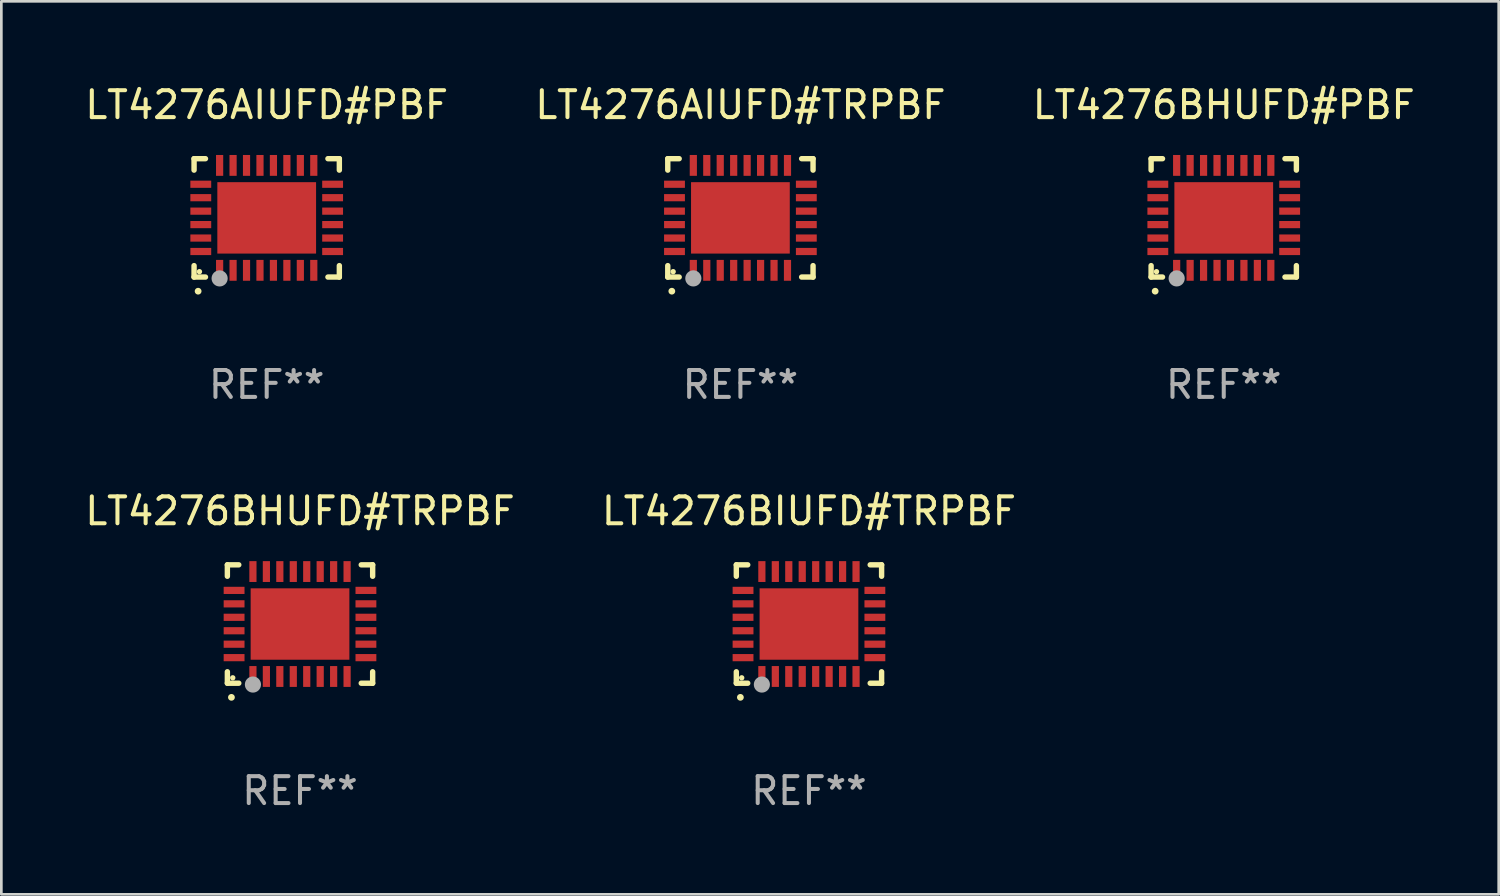
<source format=kicad_pcb>
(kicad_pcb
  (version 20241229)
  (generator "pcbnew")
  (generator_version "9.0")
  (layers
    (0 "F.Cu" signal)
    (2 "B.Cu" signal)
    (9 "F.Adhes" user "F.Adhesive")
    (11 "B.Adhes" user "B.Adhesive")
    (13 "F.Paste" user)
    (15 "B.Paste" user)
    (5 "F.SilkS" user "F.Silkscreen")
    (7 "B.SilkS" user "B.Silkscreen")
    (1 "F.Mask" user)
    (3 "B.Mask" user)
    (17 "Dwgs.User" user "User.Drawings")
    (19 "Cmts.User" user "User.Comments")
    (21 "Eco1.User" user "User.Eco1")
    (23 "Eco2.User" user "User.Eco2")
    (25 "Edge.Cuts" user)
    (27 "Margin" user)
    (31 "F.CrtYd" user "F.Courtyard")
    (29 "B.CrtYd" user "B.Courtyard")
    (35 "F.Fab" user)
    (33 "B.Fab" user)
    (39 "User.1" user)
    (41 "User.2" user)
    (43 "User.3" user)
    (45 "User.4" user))
  (footprint "LT4276BHUFD#PBF"
    (layer "F.Cu")
    (at 42.435 5.048)
    (property "Reference" "LT4276BHUFD#PBF" (at 0 -4.2 0) (layer "F.SilkS") (effects (font (size 1 1) (thickness 0.15))))
    (attr through_hole)
    (fp_line (start -2.7 -2.2) (end -2.276 -2.2) (stroke (width 0.201) (type solid)) (layer "F.SilkS"))
    (fp_line (start -2.7 -1.775) (end -2.7 -2.2) (stroke (width 0.201) (type solid)) (layer "F.SilkS"))
    (fp_line (start -2.7 2.2) (end -2.7 1.775) (stroke (width 0.201) (type solid)) (layer "F.SilkS"))
    (fp_line (start -2.276 2.2) (end -2.7 2.2) (stroke (width 0.201) (type solid)) (layer "F.SilkS"))
    (fp_line (start 2.276 2.2) (end 2.7 2.2) (stroke (width 0.201) (type solid)) (layer "F.SilkS"))
    (fp_line (start 2.7 -2.2) (end 2.276 -2.2) (stroke (width 0.201) (type solid)) (layer "F.SilkS"))
    (fp_line (start 2.7 -1.775) (end 2.7 -2.2) (stroke (width 0.201) (type solid)) (layer "F.SilkS"))
    (fp_line (start 2.7 2.2) (end 2.7 1.775) (stroke (width 0.201) (type solid)) (layer "F.SilkS"))
    (fp_arc (start -2.550165 2.725425) (mid -2.548895 2.725419) (end -2.547625 2.725425) (stroke (width 0.24892) (type solid)) (layer "F.SilkS"))
    (fp_circle (center -2.5 2) (end -2.45 2) (stroke (width 0.1) (type solid)) (fill no) (layer "F.SilkS"))
    (fp_circle (center -1.75 2.25) (end -1.6 2.25) (stroke (width 0.3) (type solid)) (fill no) (layer "F.Fab"))
    (fp_text user "REF**" (at 0 6.2 0) (layer "F.Fab") (effects (font (size 1 1) (thickness 0.15))))
    (pad "1" smd rect (at -1.75 1.95) (size 0.267 0.775) (layers "F.Cu" "F.Mask" "F.Paste"))
    (pad "2" smd rect (at -1.25 1.95) (size 0.267 0.775) (layers "F.Cu" "F.Mask" "F.Paste"))
    (pad "3" smd rect (at -0.75 1.95) (size 0.267 0.775) (layers "F.Cu" "F.Mask" "F.Paste"))
    (pad "4" smd rect (at -0.25 1.95) (size 0.267 0.775) (layers "F.Cu" "F.Mask" "F.Paste"))
    (pad "5" smd rect (at 0.25 1.95) (size 0.267 0.775) (layers "F.Cu" "F.Mask" "F.Paste"))
    (pad "6" smd rect (at 0.75 1.95) (size 0.267 0.775) (layers "F.Cu" "F.Mask" "F.Paste"))
    (pad "7" smd rect (at 1.25 1.95) (size 0.267 0.775) (layers "F.Cu" "F.Mask" "F.Paste"))
    (pad "8" smd rect (at 1.75 1.95) (size 0.267 0.775) (layers "F.Cu" "F.Mask" "F.Paste"))
    (pad "9" smd rect (at 2.45 1.25) (size 0.775 0.267) (layers "F.Cu" "F.Mask" "F.Paste"))
    (pad "10" smd rect (at 2.45 0.75) (size 0.775 0.267) (layers "F.Cu" "F.Mask" "F.Paste"))
    (pad "11" smd rect (at 2.45 0.25) (size 0.775 0.267) (layers "F.Cu" "F.Mask" "F.Paste"))
    (pad "12" smd rect (at 2.45 -0.25) (size 0.775 0.267) (layers "F.Cu" "F.Mask" "F.Paste"))
    (pad "13" smd rect (at 2.45 -0.75) (size 0.775 0.267) (layers "F.Cu" "F.Mask" "F.Paste"))
    (pad "14" smd rect (at 2.45 -1.25) (size 0.775 0.267) (layers "F.Cu" "F.Mask" "F.Paste"))
    (pad "15" smd rect (at 1.75 -1.95) (size 0.267 0.775) (layers "F.Cu" "F.Mask" "F.Paste"))
    (pad "16" smd rect (at 1.25 -1.95) (size 0.267 0.775) (layers "F.Cu" "F.Mask" "F.Paste"))
    (pad "17" smd rect (at 0.75 -1.95) (size 0.267 0.775) (layers "F.Cu" "F.Mask" "F.Paste"))
    (pad "18" smd rect (at 0.25 -1.95) (size 0.267 0.775) (layers "F.Cu" "F.Mask" "F.Paste"))
    (pad "19" smd rect (at -0.25 -1.95) (size 0.267 0.775) (layers "F.Cu" "F.Mask" "F.Paste"))
    (pad "20" smd rect (at -0.75 -1.95) (size 0.267 0.775) (layers "F.Cu" "F.Mask" "F.Paste"))
    (pad "21" smd rect (at -1.25 -1.95) (size 0.267 0.775) (layers "F.Cu" "F.Mask" "F.Paste"))
    (pad "22" smd rect (at -1.75 -1.95) (size 0.267 0.775) (layers "F.Cu" "F.Mask" "F.Paste"))
    (pad "23" smd rect (at -2.45 -1.25) (size 0.775 0.267) (layers "F.Cu" "F.Mask" "F.Paste"))
    (pad "24" smd rect (at -2.45 -0.75) (size 0.775 0.267) (layers "F.Cu" "F.Mask" "F.Paste"))
    (pad "25" smd rect (at -2.45 -0.25) (size 0.775 0.267) (layers "F.Cu" "F.Mask" "F.Paste"))
    (pad "26" smd rect (at -2.45 0.25) (size 0.775 0.267) (layers "F.Cu" "F.Mask" "F.Paste"))
    (pad "27" smd rect (at -2.45 0.75) (size 0.775 0.267) (layers "F.Cu" "F.Mask" "F.Paste"))
    (pad "28" smd rect (at -2.45 1.25) (size 0.775 0.267) (layers "F.Cu" "F.Mask" "F.Paste"))
    (pad "29" smd rect (at 0.000127 0.000127) (size 3.67 2.654) (layers "F.Cu" "F.Mask" "F.Paste")))
  (footprint "LT4276AIUFD#TRPBF"
    (layer "F.Cu")
    (at 24.47 5.048)
    (property "Reference" "LT4276AIUFD#TRPBF" (at 0 -4.2 0) (layer "F.SilkS") (effects (font (size 1 1) (thickness 0.15))))
    (attr through_hole)
    (fp_line (start -2.7 -2.2) (end -2.276 -2.2) (stroke (width 0.201) (type solid)) (layer "F.SilkS"))
    (fp_line (start -2.7 -1.775) (end -2.7 -2.2) (stroke (width 0.201) (type solid)) (layer "F.SilkS"))
    (fp_line (start -2.7 2.2) (end -2.7 1.775) (stroke (width 0.201) (type solid)) (layer "F.SilkS"))
    (fp_line (start -2.276 2.2) (end -2.7 2.2) (stroke (width 0.201) (type solid)) (layer "F.SilkS"))
    (fp_line (start 2.276 2.2) (end 2.7 2.2) (stroke (width 0.201) (type solid)) (layer "F.SilkS"))
    (fp_line (start 2.7 -2.2) (end 2.276 -2.2) (stroke (width 0.201) (type solid)) (layer "F.SilkS"))
    (fp_line (start 2.7 -1.775) (end 2.7 -2.2) (stroke (width 0.201) (type solid)) (layer "F.SilkS"))
    (fp_line (start 2.7 2.2) (end 2.7 1.775) (stroke (width 0.201) (type solid)) (layer "F.SilkS"))
    (fp_arc (start -2.550165 2.725425) (mid -2.548895 2.725419) (end -2.547625 2.725425) (stroke (width 0.24892) (type solid)) (layer "F.SilkS"))
    (fp_circle (center -2.5 2) (end -2.45 2) (stroke (width 0.1) (type solid)) (fill no) (layer "F.SilkS"))
    (fp_circle (center -1.75 2.25) (end -1.6 2.25) (stroke (width 0.3) (type solid)) (fill no) (layer "F.Fab"))
    (fp_text user "REF**" (at 0 6.2 0) (layer "F.Fab") (effects (font (size 1 1) (thickness 0.15))))
    (pad "1" smd rect (at -1.75 1.95) (size 0.267 0.775) (layers "F.Cu" "F.Mask" "F.Paste"))
    (pad "2" smd rect (at -1.25 1.95) (size 0.267 0.775) (layers "F.Cu" "F.Mask" "F.Paste"))
    (pad "3" smd rect (at -0.75 1.95) (size 0.267 0.775) (layers "F.Cu" "F.Mask" "F.Paste"))
    (pad "4" smd rect (at -0.25 1.95) (size 0.267 0.775) (layers "F.Cu" "F.Mask" "F.Paste"))
    (pad "5" smd rect (at 0.25 1.95) (size 0.267 0.775) (layers "F.Cu" "F.Mask" "F.Paste"))
    (pad "6" smd rect (at 0.75 1.95) (size 0.267 0.775) (layers "F.Cu" "F.Mask" "F.Paste"))
    (pad "7" smd rect (at 1.25 1.95) (size 0.267 0.775) (layers "F.Cu" "F.Mask" "F.Paste"))
    (pad "8" smd rect (at 1.75 1.95) (size 0.267 0.775) (layers "F.Cu" "F.Mask" "F.Paste"))
    (pad "9" smd rect (at 2.45 1.25) (size 0.775 0.267) (layers "F.Cu" "F.Mask" "F.Paste"))
    (pad "10" smd rect (at 2.45 0.75) (size 0.775 0.267) (layers "F.Cu" "F.Mask" "F.Paste"))
    (pad "11" smd rect (at 2.45 0.25) (size 0.775 0.267) (layers "F.Cu" "F.Mask" "F.Paste"))
    (pad "12" smd rect (at 2.45 -0.25) (size 0.775 0.267) (layers "F.Cu" "F.Mask" "F.Paste"))
    (pad "13" smd rect (at 2.45 -0.75) (size 0.775 0.267) (layers "F.Cu" "F.Mask" "F.Paste"))
    (pad "14" smd rect (at 2.45 -1.25) (size 0.775 0.267) (layers "F.Cu" "F.Mask" "F.Paste"))
    (pad "15" smd rect (at 1.75 -1.95) (size 0.267 0.775) (layers "F.Cu" "F.Mask" "F.Paste"))
    (pad "16" smd rect (at 1.25 -1.95) (size 0.267 0.775) (layers "F.Cu" "F.Mask" "F.Paste"))
    (pad "17" smd rect (at 0.75 -1.95) (size 0.267 0.775) (layers "F.Cu" "F.Mask" "F.Paste"))
    (pad "18" smd rect (at 0.25 -1.95) (size 0.267 0.775) (layers "F.Cu" "F.Mask" "F.Paste"))
    (pad "19" smd rect (at -0.25 -1.95) (size 0.267 0.775) (layers "F.Cu" "F.Mask" "F.Paste"))
    (pad "20" smd rect (at -0.75 -1.95) (size 0.267 0.775) (layers "F.Cu" "F.Mask" "F.Paste"))
    (pad "21" smd rect (at -1.25 -1.95) (size 0.267 0.775) (layers "F.Cu" "F.Mask" "F.Paste"))
    (pad "22" smd rect (at -1.75 -1.95) (size 0.267 0.775) (layers "F.Cu" "F.Mask" "F.Paste"))
    (pad "23" smd rect (at -2.45 -1.25) (size 0.775 0.267) (layers "F.Cu" "F.Mask" "F.Paste"))
    (pad "24" smd rect (at -2.45 -0.75) (size 0.775 0.267) (layers "F.Cu" "F.Mask" "F.Paste"))
    (pad "25" smd rect (at -2.45 -0.25) (size 0.775 0.267) (layers "F.Cu" "F.Mask" "F.Paste"))
    (pad "26" smd rect (at -2.45 0.25) (size 0.775 0.267) (layers "F.Cu" "F.Mask" "F.Paste"))
    (pad "27" smd rect (at -2.45 0.75) (size 0.775 0.267) (layers "F.Cu" "F.Mask" "F.Paste"))
    (pad "28" smd rect (at -2.45 1.25) (size 0.775 0.267) (layers "F.Cu" "F.Mask" "F.Paste"))
    (pad "29" smd rect (at 0.000127 0.000127) (size 3.67 2.654) (layers "F.Cu" "F.Mask" "F.Paste")))
  (footprint "LT4276BHUFD#TRPBF"
    (layer "F.Cu")
    (at 8.101 20.144)
    (property "Reference" "LT4276BHUFD#TRPBF" (at 0 -4.2 0) (layer "F.SilkS") (effects (font (size 1 1) (thickness 0.15))))
    (attr through_hole)
    (fp_line (start -2.7 -2.2) (end -2.276 -2.2) (stroke (width 0.201) (type solid)) (layer "F.SilkS"))
    (fp_line (start -2.7 -1.775) (end -2.7 -2.2) (stroke (width 0.201) (type solid)) (layer "F.SilkS"))
    (fp_line (start -2.7 2.2) (end -2.7 1.775) (stroke (width 0.201) (type solid)) (layer "F.SilkS"))
    (fp_line (start -2.276 2.2) (end -2.7 2.2) (stroke (width 0.201) (type solid)) (layer "F.SilkS"))
    (fp_line (start 2.276 2.2) (end 2.7 2.2) (stroke (width 0.201) (type solid)) (layer "F.SilkS"))
    (fp_line (start 2.7 -2.2) (end 2.276 -2.2) (stroke (width 0.201) (type solid)) (layer "F.SilkS"))
    (fp_line (start 2.7 -1.775) (end 2.7 -2.2) (stroke (width 0.201) (type solid)) (layer "F.SilkS"))
    (fp_line (start 2.7 2.2) (end 2.7 1.775) (stroke (width 0.201) (type solid)) (layer "F.SilkS"))
    (fp_arc (start -2.550165 2.725425) (mid -2.548895 2.725419) (end -2.547625 2.725425) (stroke (width 0.24892) (type solid)) (layer "F.SilkS"))
    (fp_circle (center -2.5 2) (end -2.45 2) (stroke (width 0.1) (type solid)) (fill no) (layer "F.SilkS"))
    (fp_circle (center -1.75 2.25) (end -1.6 2.25) (stroke (width 0.3) (type solid)) (fill no) (layer "F.Fab"))
    (fp_text user "REF**" (at 0 6.2 0) (layer "F.Fab") (effects (font (size 1 1) (thickness 0.15))))
    (pad "1" smd rect (at -1.75 1.95) (size 0.267 0.775) (layers "F.Cu" "F.Mask" "F.Paste"))
    (pad "2" smd rect (at -1.25 1.95) (size 0.267 0.775) (layers "F.Cu" "F.Mask" "F.Paste"))
    (pad "3" smd rect (at -0.75 1.95) (size 0.267 0.775) (layers "F.Cu" "F.Mask" "F.Paste"))
    (pad "4" smd rect (at -0.25 1.95) (size 0.267 0.775) (layers "F.Cu" "F.Mask" "F.Paste"))
    (pad "5" smd rect (at 0.25 1.95) (size 0.267 0.775) (layers "F.Cu" "F.Mask" "F.Paste"))
    (pad "6" smd rect (at 0.75 1.95) (size 0.267 0.775) (layers "F.Cu" "F.Mask" "F.Paste"))
    (pad "7" smd rect (at 1.25 1.95) (size 0.267 0.775) (layers "F.Cu" "F.Mask" "F.Paste"))
    (pad "8" smd rect (at 1.75 1.95) (size 0.267 0.775) (layers "F.Cu" "F.Mask" "F.Paste"))
    (pad "9" smd rect (at 2.45 1.25) (size 0.775 0.267) (layers "F.Cu" "F.Mask" "F.Paste"))
    (pad "10" smd rect (at 2.45 0.75) (size 0.775 0.267) (layers "F.Cu" "F.Mask" "F.Paste"))
    (pad "11" smd rect (at 2.45 0.25) (size 0.775 0.267) (layers "F.Cu" "F.Mask" "F.Paste"))
    (pad "12" smd rect (at 2.45 -0.25) (size 0.775 0.267) (layers "F.Cu" "F.Mask" "F.Paste"))
    (pad "13" smd rect (at 2.45 -0.75) (size 0.775 0.267) (layers "F.Cu" "F.Mask" "F.Paste"))
    (pad "14" smd rect (at 2.45 -1.25) (size 0.775 0.267) (layers "F.Cu" "F.Mask" "F.Paste"))
    (pad "15" smd rect (at 1.75 -1.95) (size 0.267 0.775) (layers "F.Cu" "F.Mask" "F.Paste"))
    (pad "16" smd rect (at 1.25 -1.95) (size 0.267 0.775) (layers "F.Cu" "F.Mask" "F.Paste"))
    (pad "17" smd rect (at 0.75 -1.95) (size 0.267 0.775) (layers "F.Cu" "F.Mask" "F.Paste"))
    (pad "18" smd rect (at 0.25 -1.95) (size 0.267 0.775) (layers "F.Cu" "F.Mask" "F.Paste"))
    (pad "19" smd rect (at -0.25 -1.95) (size 0.267 0.775) (layers "F.Cu" "F.Mask" "F.Paste"))
    (pad "20" smd rect (at -0.75 -1.95) (size 0.267 0.775) (layers "F.Cu" "F.Mask" "F.Paste"))
    (pad "21" smd rect (at -1.25 -1.95) (size 0.267 0.775) (layers "F.Cu" "F.Mask" "F.Paste"))
    (pad "22" smd rect (at -1.75 -1.95) (size 0.267 0.775) (layers "F.Cu" "F.Mask" "F.Paste"))
    (pad "23" smd rect (at -2.45 -1.25) (size 0.775 0.267) (layers "F.Cu" "F.Mask" "F.Paste"))
    (pad "24" smd rect (at -2.45 -0.75) (size 0.775 0.267) (layers "F.Cu" "F.Mask" "F.Paste"))
    (pad "25" smd rect (at -2.45 -0.25) (size 0.775 0.267) (layers "F.Cu" "F.Mask" "F.Paste"))
    (pad "26" smd rect (at -2.45 0.25) (size 0.775 0.267) (layers "F.Cu" "F.Mask" "F.Paste"))
    (pad "27" smd rect (at -2.45 0.75) (size 0.775 0.267) (layers "F.Cu" "F.Mask" "F.Paste"))
    (pad "28" smd rect (at -2.45 1.25) (size 0.775 0.267) (layers "F.Cu" "F.Mask" "F.Paste"))
    (pad "29" smd rect (at 0.000127 0.000127) (size 3.67 2.654) (layers "F.Cu" "F.Mask" "F.Paste")))
  (footprint "LT4276AIUFD#PBF"
    (layer "F.Cu")
    (at 6.863 5.048)
    (property "Reference" "LT4276AIUFD#PBF" (at 0 -4.2 0) (layer "F.SilkS") (effects (font (size 1 1) (thickness 0.15))))
    (attr through_hole)
    (fp_line (start -2.7 -2.2) (end -2.276 -2.2) (stroke (width 0.201) (type solid)) (layer "F.SilkS"))
    (fp_line (start -2.7 -1.775) (end -2.7 -2.2) (stroke (width 0.201) (type solid)) (layer "F.SilkS"))
    (fp_line (start -2.7 2.2) (end -2.7 1.775) (stroke (width 0.201) (type solid)) (layer "F.SilkS"))
    (fp_line (start -2.276 2.2) (end -2.7 2.2) (stroke (width 0.201) (type solid)) (layer "F.SilkS"))
    (fp_line (start 2.276 2.2) (end 2.7 2.2) (stroke (width 0.201) (type solid)) (layer "F.SilkS"))
    (fp_line (start 2.7 -2.2) (end 2.276 -2.2) (stroke (width 0.201) (type solid)) (layer "F.SilkS"))
    (fp_line (start 2.7 -1.775) (end 2.7 -2.2) (stroke (width 0.201) (type solid)) (layer "F.SilkS"))
    (fp_line (start 2.7 2.2) (end 2.7 1.775) (stroke (width 0.201) (type solid)) (layer "F.SilkS"))
    (fp_arc (start -2.550165 2.725425) (mid -2.548895 2.725419) (end -2.547625 2.725425) (stroke (width 0.24892) (type solid)) (layer "F.SilkS"))
    (fp_circle (center -2.5 2) (end -2.45 2) (stroke (width 0.1) (type solid)) (fill no) (layer "F.SilkS"))
    (fp_circle (center -1.75 2.25) (end -1.6 2.25) (stroke (width 0.3) (type solid)) (fill no) (layer "F.Fab"))
    (fp_text user "REF**" (at 0 6.2 0) (layer "F.Fab") (effects (font (size 1 1) (thickness 0.15))))
    (pad "1" smd rect (at -1.75 1.95) (size 0.267 0.775) (layers "F.Cu" "F.Mask" "F.Paste"))
    (pad "2" smd rect (at -1.25 1.95) (size 0.267 0.775) (layers "F.Cu" "F.Mask" "F.Paste"))
    (pad "3" smd rect (at -0.75 1.95) (size 0.267 0.775) (layers "F.Cu" "F.Mask" "F.Paste"))
    (pad "4" smd rect (at -0.25 1.95) (size 0.267 0.775) (layers "F.Cu" "F.Mask" "F.Paste"))
    (pad "5" smd rect (at 0.25 1.95) (size 0.267 0.775) (layers "F.Cu" "F.Mask" "F.Paste"))
    (pad "6" smd rect (at 0.75 1.95) (size 0.267 0.775) (layers "F.Cu" "F.Mask" "F.Paste"))
    (pad "7" smd rect (at 1.25 1.95) (size 0.267 0.775) (layers "F.Cu" "F.Mask" "F.Paste"))
    (pad "8" smd rect (at 1.75 1.95) (size 0.267 0.775) (layers "F.Cu" "F.Mask" "F.Paste"))
    (pad "9" smd rect (at 2.45 1.25) (size 0.775 0.267) (layers "F.Cu" "F.Mask" "F.Paste"))
    (pad "10" smd rect (at 2.45 0.75) (size 0.775 0.267) (layers "F.Cu" "F.Mask" "F.Paste"))
    (pad "11" smd rect (at 2.45 0.25) (size 0.775 0.267) (layers "F.Cu" "F.Mask" "F.Paste"))
    (pad "12" smd rect (at 2.45 -0.25) (size 0.775 0.267) (layers "F.Cu" "F.Mask" "F.Paste"))
    (pad "13" smd rect (at 2.45 -0.75) (size 0.775 0.267) (layers "F.Cu" "F.Mask" "F.Paste"))
    (pad "14" smd rect (at 2.45 -1.25) (size 0.775 0.267) (layers "F.Cu" "F.Mask" "F.Paste"))
    (pad "15" smd rect (at 1.75 -1.95) (size 0.267 0.775) (layers "F.Cu" "F.Mask" "F.Paste"))
    (pad "16" smd rect (at 1.25 -1.95) (size 0.267 0.775) (layers "F.Cu" "F.Mask" "F.Paste"))
    (pad "17" smd rect (at 0.75 -1.95) (size 0.267 0.775) (layers "F.Cu" "F.Mask" "F.Paste"))
    (pad "18" smd rect (at 0.25 -1.95) (size 0.267 0.775) (layers "F.Cu" "F.Mask" "F.Paste"))
    (pad "19" smd rect (at -0.25 -1.95) (size 0.267 0.775) (layers "F.Cu" "F.Mask" "F.Paste"))
    (pad "20" smd rect (at -0.75 -1.95) (size 0.267 0.775) (layers "F.Cu" "F.Mask" "F.Paste"))
    (pad "21" smd rect (at -1.25 -1.95) (size 0.267 0.775) (layers "F.Cu" "F.Mask" "F.Paste"))
    (pad "22" smd rect (at -1.75 -1.95) (size 0.267 0.775) (layers "F.Cu" "F.Mask" "F.Paste"))
    (pad "23" smd rect (at -2.45 -1.25) (size 0.775 0.267) (layers "F.Cu" "F.Mask" "F.Paste"))
    (pad "24" smd rect (at -2.45 -0.75) (size 0.775 0.267) (layers "F.Cu" "F.Mask" "F.Paste"))
    (pad "25" smd rect (at -2.45 -0.25) (size 0.775 0.267) (layers "F.Cu" "F.Mask" "F.Paste"))
    (pad "26" smd rect (at -2.45 0.25) (size 0.775 0.267) (layers "F.Cu" "F.Mask" "F.Paste"))
    (pad "27" smd rect (at -2.45 0.75) (size 0.775 0.267) (layers "F.Cu" "F.Mask" "F.Paste"))
    (pad "28" smd rect (at -2.45 1.25) (size 0.775 0.267) (layers "F.Cu" "F.Mask" "F.Paste"))
    (pad "29" smd rect (at 0.000127 0.000127) (size 3.67 2.654) (layers "F.Cu" "F.Mask" "F.Paste")))
  (footprint "LT4276BIUFD#TRPBF"
    (layer "F.Cu")
    (at 27.018 20.144)
    (property "Reference" "LT4276BIUFD#TRPBF" (at 0 -4.2 0) (layer "F.SilkS") (effects (font (size 1 1) (thickness 0.15))))
    (attr through_hole)
    (fp_line (start -2.7 -2.2) (end -2.276 -2.2) (stroke (width 0.201) (type solid)) (layer "F.SilkS"))
    (fp_line (start -2.7 -1.775) (end -2.7 -2.2) (stroke (width 0.201) (type solid)) (layer "F.SilkS"))
    (fp_line (start -2.7 2.2) (end -2.7 1.775) (stroke (width 0.201) (type solid)) (layer "F.SilkS"))
    (fp_line (start -2.276 2.2) (end -2.7 2.2) (stroke (width 0.201) (type solid)) (layer "F.SilkS"))
    (fp_line (start 2.276 2.2) (end 2.7 2.2) (stroke (width 0.201) (type solid)) (layer "F.SilkS"))
    (fp_line (start 2.7 -2.2) (end 2.276 -2.2) (stroke (width 0.201) (type solid)) (layer "F.SilkS"))
    (fp_line (start 2.7 -1.775) (end 2.7 -2.2) (stroke (width 0.201) (type solid)) (layer "F.SilkS"))
    (fp_line (start 2.7 2.2) (end 2.7 1.775) (stroke (width 0.201) (type solid)) (layer "F.SilkS"))
    (fp_arc (start -2.550165 2.725425) (mid -2.548895 2.725419) (end -2.547625 2.725425) (stroke (width 0.24892) (type solid)) (layer "F.SilkS"))
    (fp_circle (center -2.5 2) (end -2.45 2) (stroke (width 0.1) (type solid)) (fill no) (layer "F.SilkS"))
    (fp_circle (center -1.75 2.25) (end -1.6 2.25) (stroke (width 0.3) (type solid)) (fill no) (layer "F.Fab"))
    (fp_text user "REF**" (at 0 6.2 0) (layer "F.Fab") (effects (font (size 1 1) (thickness 0.15))))
    (pad "1" smd rect (at -1.75 1.95) (size 0.267 0.775) (layers "F.Cu" "F.Mask" "F.Paste"))
    (pad "2" smd rect (at -1.25 1.95) (size 0.267 0.775) (layers "F.Cu" "F.Mask" "F.Paste"))
    (pad "3" smd rect (at -0.75 1.95) (size 0.267 0.775) (layers "F.Cu" "F.Mask" "F.Paste"))
    (pad "4" smd rect (at -0.25 1.95) (size 0.267 0.775) (layers "F.Cu" "F.Mask" "F.Paste"))
    (pad "5" smd rect (at 0.25 1.95) (size 0.267 0.775) (layers "F.Cu" "F.Mask" "F.Paste"))
    (pad "6" smd rect (at 0.75 1.95) (size 0.267 0.775) (layers "F.Cu" "F.Mask" "F.Paste"))
    (pad "7" smd rect (at 1.25 1.95) (size 0.267 0.775) (layers "F.Cu" "F.Mask" "F.Paste"))
    (pad "8" smd rect (at 1.75 1.95) (size 0.267 0.775) (layers "F.Cu" "F.Mask" "F.Paste"))
    (pad "9" smd rect (at 2.45 1.25) (size 0.775 0.267) (layers "F.Cu" "F.Mask" "F.Paste"))
    (pad "10" smd rect (at 2.45 0.75) (size 0.775 0.267) (layers "F.Cu" "F.Mask" "F.Paste"))
    (pad "11" smd rect (at 2.45 0.25) (size 0.775 0.267) (layers "F.Cu" "F.Mask" "F.Paste"))
    (pad "12" smd rect (at 2.45 -0.25) (size 0.775 0.267) (layers "F.Cu" "F.Mask" "F.Paste"))
    (pad "13" smd rect (at 2.45 -0.75) (size 0.775 0.267) (layers "F.Cu" "F.Mask" "F.Paste"))
    (pad "14" smd rect (at 2.45 -1.25) (size 0.775 0.267) (layers "F.Cu" "F.Mask" "F.Paste"))
    (pad "15" smd rect (at 1.75 -1.95) (size 0.267 0.775) (layers "F.Cu" "F.Mask" "F.Paste"))
    (pad "16" smd rect (at 1.25 -1.95) (size 0.267 0.775) (layers "F.Cu" "F.Mask" "F.Paste"))
    (pad "17" smd rect (at 0.75 -1.95) (size 0.267 0.775) (layers "F.Cu" "F.Mask" "F.Paste"))
    (pad "18" smd rect (at 0.25 -1.95) (size 0.267 0.775) (layers "F.Cu" "F.Mask" "F.Paste"))
    (pad "19" smd rect (at -0.25 -1.95) (size 0.267 0.775) (layers "F.Cu" "F.Mask" "F.Paste"))
    (pad "20" smd rect (at -0.75 -1.95) (size 0.267 0.775) (layers "F.Cu" "F.Mask" "F.Paste"))
    (pad "21" smd rect (at -1.25 -1.95) (size 0.267 0.775) (layers "F.Cu" "F.Mask" "F.Paste"))
    (pad "22" smd rect (at -1.75 -1.95) (size 0.267 0.775) (layers "F.Cu" "F.Mask" "F.Paste"))
    (pad "23" smd rect (at -2.45 -1.25) (size 0.775 0.267) (layers "F.Cu" "F.Mask" "F.Paste"))
    (pad "24" smd rect (at -2.45 -0.75) (size 0.775 0.267) (layers "F.Cu" "F.Mask" "F.Paste"))
    (pad "25" smd rect (at -2.45 -0.25) (size 0.775 0.267) (layers "F.Cu" "F.Mask" "F.Paste"))
    (pad "26" smd rect (at -2.45 0.25) (size 0.775 0.267) (layers "F.Cu" "F.Mask" "F.Paste"))
    (pad "27" smd rect (at -2.45 0.75) (size 0.775 0.267) (layers "F.Cu" "F.Mask" "F.Paste"))
    (pad "28" smd rect (at -2.45 1.25) (size 0.775 0.267) (layers "F.Cu" "F.Mask" "F.Paste"))
    (pad "29" smd rect (at 0.000127 0.000127) (size 3.67 2.654) (layers "F.Cu" "F.Mask" "F.Paste")))
  (gr_rect
    (start -3 -3)
    (end 52.655 30.192)
    (stroke (width 0.1) (type default))
    (fill no)
    (layer "Edge.Cuts")))
</source>
